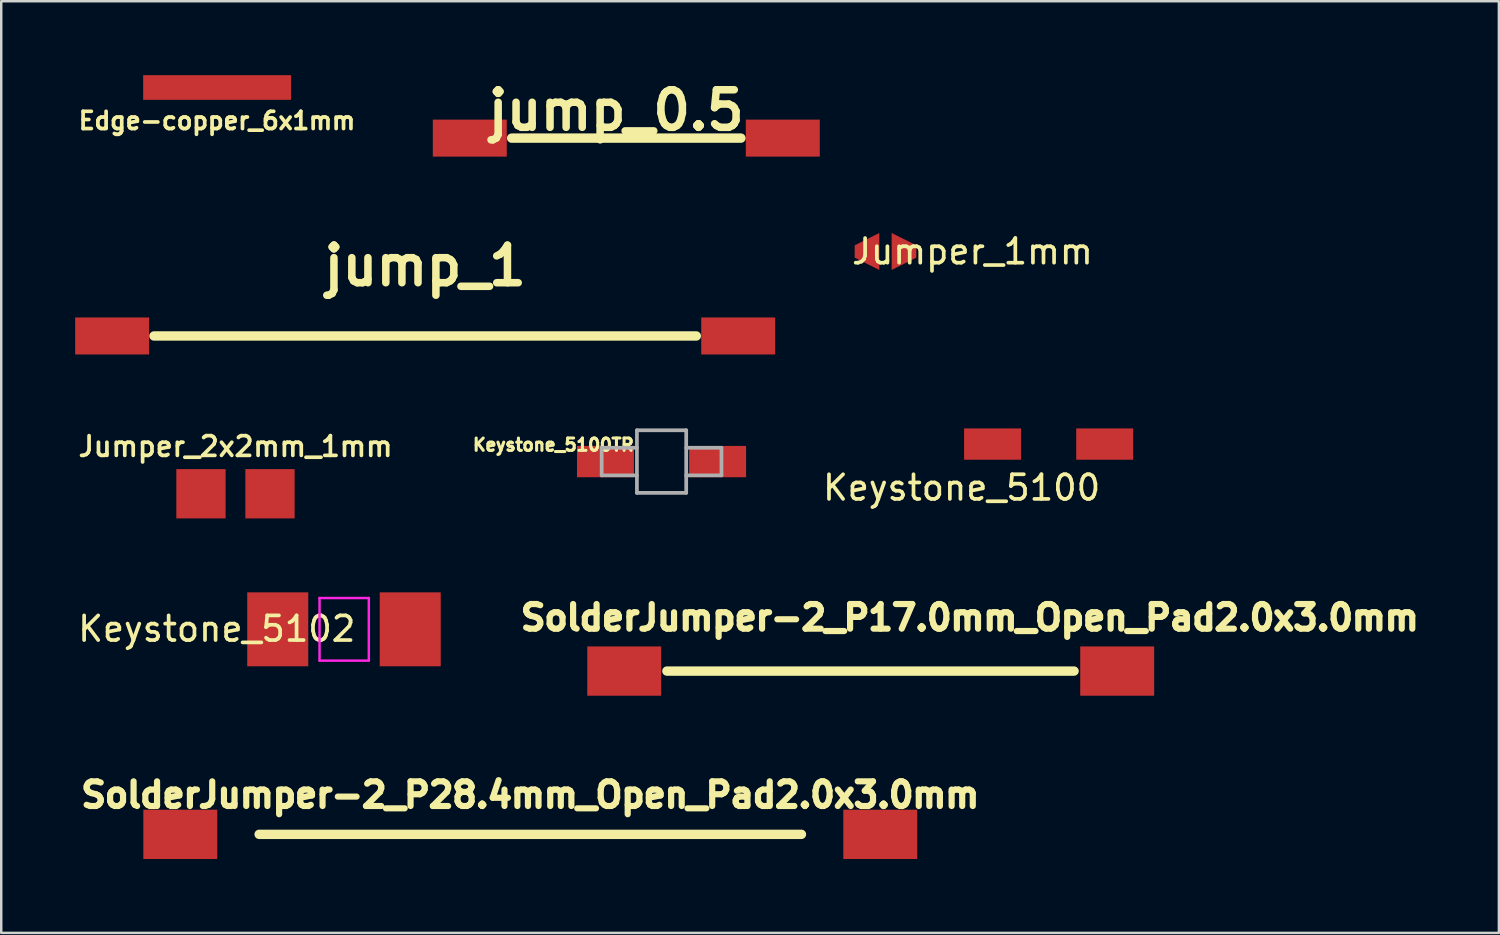
<source format=kicad_pcb>
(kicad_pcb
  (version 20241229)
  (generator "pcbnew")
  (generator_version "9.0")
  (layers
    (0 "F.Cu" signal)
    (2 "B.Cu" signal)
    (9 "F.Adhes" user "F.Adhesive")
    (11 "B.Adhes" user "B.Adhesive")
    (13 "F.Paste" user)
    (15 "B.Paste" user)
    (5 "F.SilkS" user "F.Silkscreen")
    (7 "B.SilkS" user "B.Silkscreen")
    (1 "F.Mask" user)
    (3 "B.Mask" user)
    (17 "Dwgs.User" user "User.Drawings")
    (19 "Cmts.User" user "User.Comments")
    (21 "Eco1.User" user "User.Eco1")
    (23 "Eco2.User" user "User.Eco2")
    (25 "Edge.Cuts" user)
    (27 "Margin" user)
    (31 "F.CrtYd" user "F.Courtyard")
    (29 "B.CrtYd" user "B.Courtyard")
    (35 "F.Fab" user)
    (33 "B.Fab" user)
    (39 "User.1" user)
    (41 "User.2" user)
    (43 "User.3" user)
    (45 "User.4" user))
  (footprint "Jumper_2x2mm_1mm"
    (layer "F.Cu")
    (at 6.504 16.983)
    (property "Reference" "Jumper_2x2mm_1mm" (at 0.003 -1.92 0) (layer "F.SilkS") (effects (font (size 0.8 0.8) (thickness 0.15))))
    (attr smd)
    (pad "1" smd trapezoid (at -1.4 0) (size 2 2) (layers "F.Cu" "F.Mask"))
    (pad "2" smd trapezoid (at 1.4 0) (size 2 2) (layers "F.Cu" "F.Mask")))
  (footprint "SolderJumper-2_P28.4mm_Open_Pad2.0x3.0mm"
    (layer "F.Cu")
    (at 18.465 30.801)
    (property "Reference" "SolderJumper-2_P28.4mm_Open_Pad2.0x3.0mm" (at 0 -1.6 0) (layer "F.SilkS") (effects (font (size 1 1) (thickness 0.25))))
    (attr smd)
    (fp_line (start -11.001 0) (end 11.001 0) (stroke (width 0.381) (type solid)) (layer "F.SilkS"))
    (pad "1" smd rect (at -14.2 0) (size 3 2) (layers "F.Cu" "F.Mask" "F.Paste"))
    (pad "2" smd rect (at 14.2 0) (size 3 2) (layers "F.Cu" "F.Mask" "F.Paste")))
  (footprint "jump_0.5"
    (layer "F.Cu")
    (at 22.36 2.554)
    (property "Reference" "jump_0.5" (at -0.409 -1.128 0) (layer "F.SilkS") (effects (font (size 1.524 1.524) (thickness 0.305))))
    (attr smd)
    (fp_line (start -4.651 0) (end 4.651 0) (stroke (width 0.381) (type solid)) (layer "F.SilkS"))
    (pad "1" smd rect (at -6.35 0) (size 3 1.501) (layers "F.Cu" "F.Mask" "F.Paste"))
    (pad "2" smd rect (at 6.35 0) (size 3 1.501) (layers "F.Cu" "F.Mask" "F.Paste")))
  (footprint "Edge-copper_6x1mm"
    (layer "F.Cu")
    (at 5.758 0.5)
    (property "Reference" "Edge-copper_6x1mm" (at -0.003 1.349 0) (layer "F.SilkS") (effects (font (size 0.7 0.7) (thickness 0.15))))
    (attr through_hole)
    (pad "1" smd rect (at 0 0) (size 6 1) (layers "F.Cu" "F.Mask")))
  (footprint "Keystone_5100"
    (layer "F.Cu")
    (at 39.495 14.967)
    (property "Reference" "Keystone_5100" (at -3.53 1.77 0) (layer "F.SilkS") (effects (font (size 1 1) (thickness 0.15))))
    (attr through_hole)
    (pad "1" smd rect (at 2.275 0) (size 2.31 1.27) (layers "F.Cu" "F.Mask" "F.Paste"))
    (pad "2" smd rect (at -2.275 0) (size 2.31 1.27) (layers "F.Cu" "F.Mask" "F.Paste")))
  (footprint "Keystone_5102"
    (layer "F.Cu")
    (at 10.914 22.483)
    (property "Reference" "Keystone_5102" (at -5.17 -0.02 0) (layer "F.SilkS") (effects (font (size 1 1) (thickness 0.15))))
    (attr through_hole)
    (fp_line (start -1 -1.27) (end 1 -1.27) (stroke (width 0.1) (type solid)) (layer "F.CrtYd"))
    (fp_line (start -1 1.27) (end -1 -1.27) (stroke (width 0.1) (type solid)) (layer "F.CrtYd"))
    (fp_line (start 1 -1.27) (end 1 1.27) (stroke (width 0.1) (type solid)) (layer "F.CrtYd"))
    (fp_line (start 1 1.27) (end -1 1.27) (stroke (width 0.1) (type solid)) (layer "F.CrtYd"))
    (pad "1" smd rect (at 2.68 0) (size 2.475 3) (layers "F.Cu" "F.Mask" "F.Paste"))
    (pad "2" smd rect (at -2.695 0) (size 2.475 3) (layers "F.Cu" "F.Mask" "F.Paste")))
  (footprint "jump_1"
    (layer "F.Cu")
    (at 14.2 10.581)
    (property "Reference" "jump_1" (at 0 -2.85 0) (layer "F.SilkS") (effects (font (size 1.524 1.524) (thickness 0.305))))
    (attr smd)
    (fp_line (start -11.001 0) (end 11.001 0) (stroke (width 0.381) (type solid)) (layer "F.SilkS"))
    (pad "1" smd rect (at -12.7 0) (size 3 1.501) (layers "F.Cu" "F.Mask" "F.Paste"))
    (pad "2" smd rect (at 12.7 0) (size 3 1.501) (layers "F.Cu" "F.Mask" "F.Paste")))
  (footprint "Keystone_5100TR"
    (layer "F.Cu")
    (at 23.791 15.677)
    (property "Reference" "Keystone_5100TR" (at -4.39 -0.68 0) (layer "F.SilkS") (effects (font (size 0.5 0.5) (thickness 0.125))))
    (attr smd)
    (fp_line (start -2.43 -0.56) (end -2.43 0.56) (stroke (width 0.15) (type solid)) (layer "F.Fab"))
    (fp_line (start -1 -1.27) (end 1 -1.27) (stroke (width 0.15) (type solid)) (layer "F.Fab"))
    (fp_line (start -1 -0.56) (end -2.43 -0.56) (stroke (width 0.15) (type solid)) (layer "F.Fab"))
    (fp_line (start -1 0.56) (end -2.43 0.56) (stroke (width 0.15) (type solid)) (layer "F.Fab"))
    (fp_line (start -1 1.27) (end -1 -1.27) (stroke (width 0.15) (type solid)) (layer "F.Fab"))
    (fp_line (start 1 -1.27) (end 1 1.27) (stroke (width 0.15) (type solid)) (layer "F.Fab"))
    (fp_line (start 1 1.27) (end -1 1.27) (stroke (width 0.15) (type solid)) (layer "F.Fab"))
    (fp_line (start 2.43 -0.56) (end 1 -0.56) (stroke (width 0.15) (type solid)) (layer "F.Fab"))
    (fp_line (start 2.43 -0.56) (end 2.43 0.56) (stroke (width 0.15) (type solid)) (layer "F.Fab"))
    (fp_line (start 2.43 0.56) (end 1 0.56) (stroke (width 0.15) (type solid)) (layer "F.Fab"))
    (pad "1" smd rect (at 2.275 0) (size 2.31 1.27) (layers "F.Cu" "F.Mask" "F.Paste"))
    (pad "2" smd rect (at -2.275 0) (size 2.31 1.27) (layers "F.Cu" "F.Mask" "F.Paste")))
  (footprint "Jumper_1mm"
    (layer "F.Cu")
    (at 32.876 7.153)
    (property "Reference" "Jumper_1mm" (at 3.53 0 0) (layer "F.SilkS") (effects (font (size 1 1) (thickness 0.15))))
    (attr through_hole)
    (pad "1" smd trapezoid (at -0.75 0) (size 1 1) (rect_delta -0.5 0) (layers "F.Cu" "F.Mask" "F.Paste"))
    (pad "2" smd trapezoid (at 0.75 0) (size 1 1) (rect_delta 0.5 0) (layers "F.Cu" "F.Mask" "F.Paste")))
  (footprint "SolderJumper-2_P17.0mm_Open_Pad2.0x3.0mm"
    (layer "F.Cu")
    (at 32.277 24.177)
    (property "Reference" "SolderJumper-2_P17.0mm_Open_Pad2.0x3.0mm" (at 4.02 -2.17 0) (layer "F.SilkS") (effects (font (size 1 1) (thickness 0.25))))
    (attr smd)
    (fp_line (start -8.27 0) (end 8.25 0) (stroke (width 0.381) (type solid)) (layer "F.SilkS"))
    (pad "1" smd rect (at -10 0) (size 3 2) (layers "F.Cu" "F.Mask" "F.Paste"))
    (pad "2" smd rect (at 10 0) (size 3 2) (layers "F.Cu" "F.Mask" "F.Paste")))
  (gr_rect
    (start -3 -3)
    (end 57.763 34.801)
    (stroke (width 0.1) (type default))
    (fill no)
    (layer "Edge.Cuts")))
</source>
